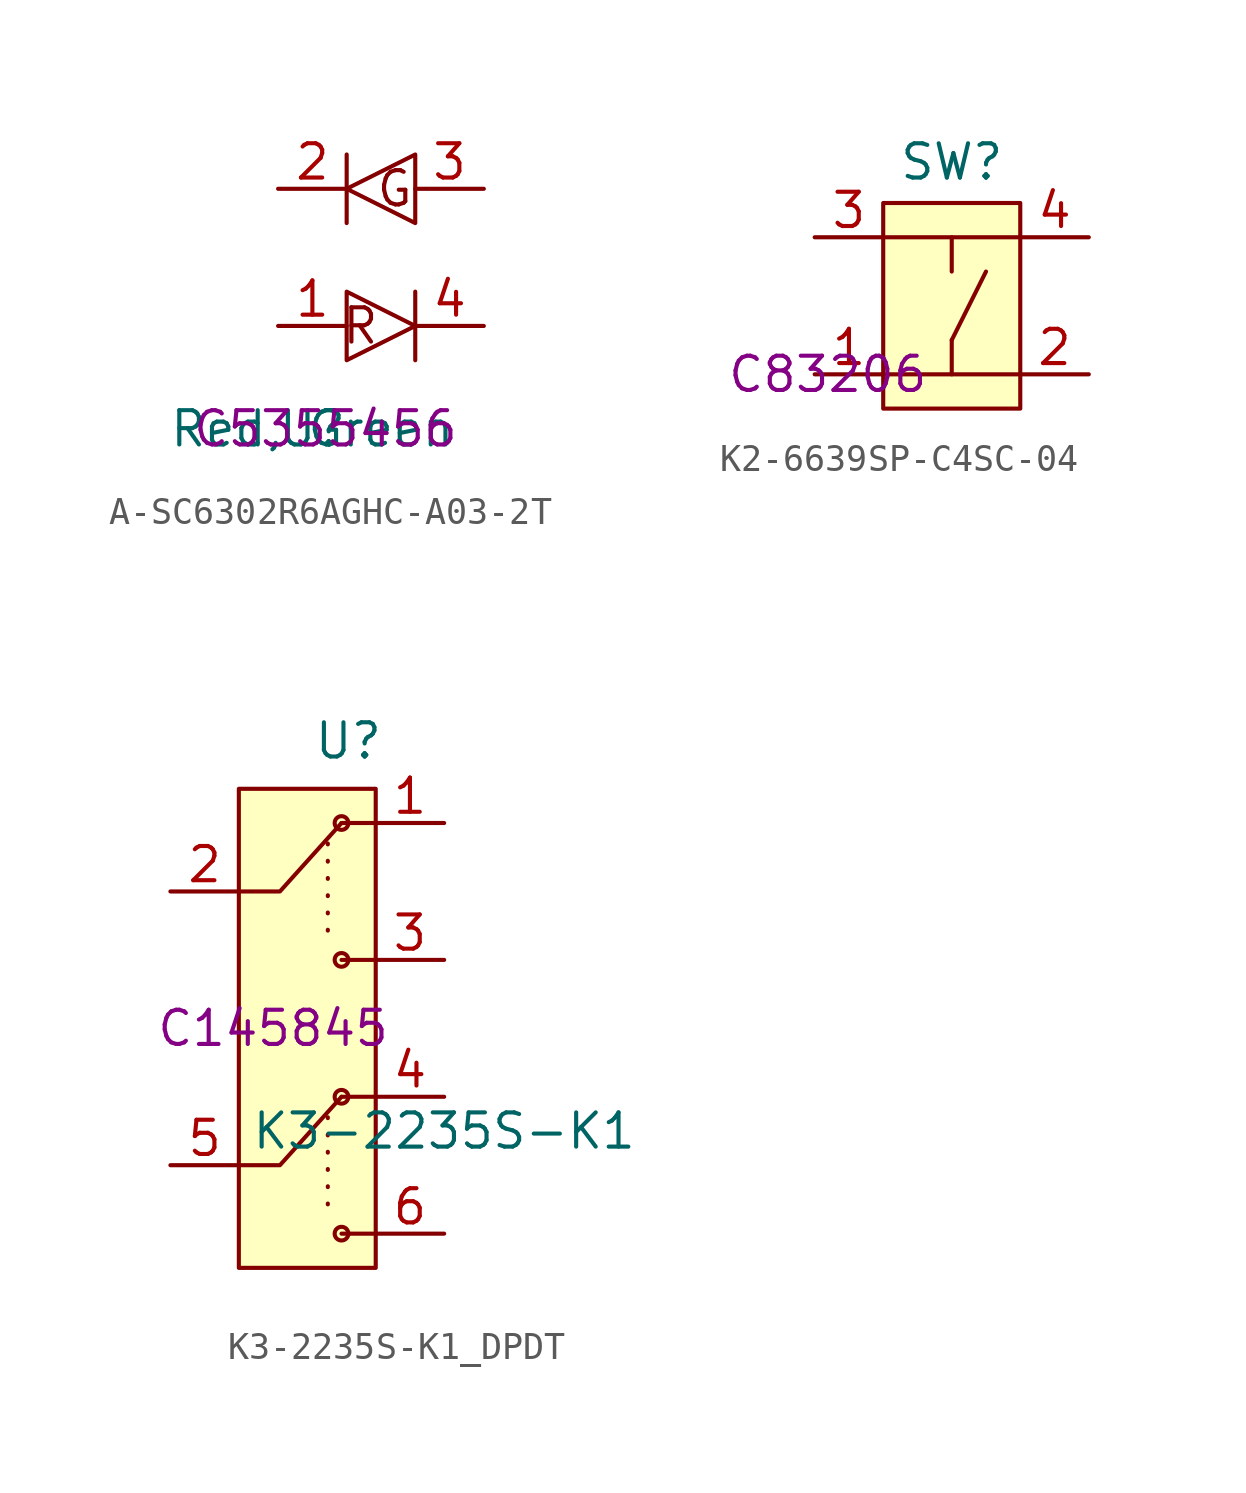
<source format=kicad_sym>
(kicad_symbol_lib
  (version 20231120)
  (generator "kicad_symbol_editor")
  (generator_version "8.0")
  (symbol "A-SC6302R6AGHC-A03-2T"
    (property "Reference" "U"
      (at 0 0 0)
      (effects (font (size 1.27 1.27))))
    (property "Value" "Red, Green"
      (at 0 0 0)
      (effects (font (size 1.27 1.27))))
    (property "LCSC" " C5355456"
      (at 0 0 0)
      (effects (font (size 1.27 1.27))))
    (symbol "A-SC6302R6AGHC-A03-2T_0_1"
      (polyline (pts (xy 1.27 10.16) (xy 1.27 7.62)) (stroke (width 0) (type default)) (fill (type none)))
      (polyline (pts (xy 3.81 5.08) (xy 3.81 2.54)) (stroke (width 0) (type default)) (fill (type none)))
      (polyline (pts (xy 1.27 5.08) (xy 1.27 2.54) (xy 3.81 3.81) (xy 1.27 5.08)) (stroke (width 0) (type default)) (fill (type none)))
      (polyline (pts (xy 3.81 7.62) (xy 3.81 10.16) (xy 1.27 8.89) (xy 3.81 7.62)) (stroke (width 0) (type default)) (fill (type none))))
    (symbol "A-SC6302R6AGHC-A03-2T_1_0"
      (pin power_in line (at -1.27 3.81 0) (length 2.54) (name "" (effects (font (size 1.27 1.27)))) (number "1" (effects (font (size 1.27 1.27)))))
      (pin passive line (at -1.27 8.89 0) (length 2.54) (name "" (effects (font (size 1.27 1.27)))) (number "2" (effects (font (size 1.27 1.27)))))
      (pin power_in line (at 6.35 8.89 180) (length 2.54) (name "" (effects (font (size 1.27 1.27)))) (number "3" (effects (font (size 1.27 1.27)))))
      (pin passive line (at 6.35 3.81 180) (length 2.54) (name "" (effects (font (size 1.27 1.27)))) (number "4" (effects (font (size 1.27 1.27))))))
    (symbol "A-SC6302R6AGHC-A03-2T_1_1"
      (text "G" (at 3.048 8.89 0) (effects (font (size 1.27 1.27))))
      (text "R" (at 1.778 3.81 0) (effects (font (size 1.27 1.27))))))
  (symbol "K2-6639SP-C4SC-04"
    (property "Reference" "SW"
      (at 5.08 7.874 0)
      (effects (font (size 1.27 1.27))))
    (property "Value" ""
      (at 0 0 0)
      (effects (font (size 1.27 1.27))))
    (property "LCSC" " C83206"
      (at 0 0 0)
      (effects (font (size 1.27 1.27))))
    (symbol "K2-6639SP-C4SC-04_0_0"
      (pin passive line (at 0 0 0) (length 2.54) (name "" (effects (font (size 1.27 1.27)))) (number "1" (effects (font (size 1.27 1.27)))))
      (pin passive line (at 10.16 0 180) (length 2.54) (name "" (effects (font (size 1.27 1.27)))) (number "2" (effects (font (size 1.27 1.27)))))
      (pin passive line (at 0 5.08 0) (length 2.54) (name "" (effects (font (size 1.27 1.27)))) (number "3" (effects (font (size 1.27 1.27)))))
      (pin passive line (at 10.16 5.08 180) (length 2.54) (name "" (effects (font (size 1.27 1.27)))) (number "4" (effects (font (size 1.27 1.27))))))
    (symbol "K2-6639SP-C4SC-04_0_1"
      (polyline (pts (xy 2.54 0) (xy 7.62 0)) (stroke (width 0) (type default)) (fill (type none)))
      (polyline (pts (xy 2.54 5.08) (xy 2.54 5.08)) (stroke (width 0) (type default)) (fill (type none)))
      (polyline (pts (xy 2.54 5.08) (xy 7.62 5.08)) (stroke (width 0) (type default)) (fill (type none)))
      (polyline (pts (xy 5.08 0) (xy 5.08 1.27)) (stroke (width 0) (type default)) (fill (type none)))
      (polyline (pts (xy 5.08 1.27) (xy 6.35 3.81)) (stroke (width 0) (type default)) (fill (type none)))
      (polyline (pts (xy 5.08 5.08) (xy 5.08 3.81)) (stroke (width 0) (type default)) (fill (type none))))
    (symbol "K2-6639SP-C4SC-04_1_1"
      (rectangle (start 2.54 6.35) (end 7.62 -1.27) (stroke (width 0) (type default)) (fill (type background)))))
  (symbol "K3-2235S-K1_DPDT"
    (property "Reference" "U"
      (at 2.794 10.668 0)
      (effects (font (size 1.27 1.27))))
    (property "Value" " K3-2235S-K1"
      (at 6.35 -3.81 0)
      (effects (font (size 1.27 1.27))))
    (property "LCSC" "C145845"
      (at 0 0 0)
      (effects (font (size 1.27 1.27))))
    (symbol "K3-2235S-K1_DPDT_0_0"
      (pin passive line (at 6.35 7.62 180) (length 2.54) (name "" (effects (font (size 1.27 1.27)))) (number "1" (effects (font (size 1.27 1.27)))))
      (pin passive line (at -3.81 5.08 0) (length 2.54) (name "" (effects (font (size 1.27 1.27)))) (number "2" (effects (font (size 1.27 1.27)))))
      (pin passive line (at 6.35 2.54 180) (length 2.54) (name "" (effects (font (size 1.27 1.27)))) (number "3" (effects (font (size 1.27 1.27)))))
      (pin passive line (at 6.35 -2.54 180) (length 2.54) (name "" (effects (font (size 1.27 1.27)))) (number "4" (effects (font (size 1.27 1.27)))))
      (pin passive line (at -3.81 -5.08 0) (length 2.54) (name "" (effects (font (size 1.27 1.27)))) (number "5" (effects (font (size 1.27 1.27)))))
      (pin passive line (at 6.35 -7.62 180) (length 2.54) (name "" (effects (font (size 1.27 1.27)))) (number "6" (effects (font (size 1.27 1.27))))))
    (symbol "K3-2235S-K1_DPDT_0_1"
      (polyline (pts (xy -1.27 -5.08) (xy 0.254 -5.08) (xy 2.54 -2.54)) (stroke (width 0) (type default)) (fill (type none)))
      (polyline (pts (xy -1.27 5.08) (xy 0.254 5.08) (xy 2.54 7.62)) (stroke (width 0) (type default)) (fill (type none)))
      (circle (center 2.54 -7.62) (radius 0.254) (stroke (width 0) (type default)) (fill (type none)))
      (circle (center 2.54 -2.54) (radius 0.254) (stroke (width 0) (type default)) (fill (type none)))
      (circle (center 2.54 2.54) (radius 0.254) (stroke (width 0) (type default)) (fill (type none)))
      (circle (center 2.54 7.62) (radius 0.254) (stroke (width 0) (type default)) (fill (type none))))
    (symbol "K3-2235S-K1_DPDT_1_1"
      (rectangle (start -1.27 8.89) (end 3.81 -8.89) (stroke (width 0) (type default)) (fill (type background)))
      (polyline (pts (xy 2.032 -3.302) (xy 2.032 -7.112)) (stroke (width 0) (type dot)) (fill (type none)))
      (polyline (pts (xy 2.032 6.858) (xy 2.032 3.048)) (stroke (width 0) (type dot)) (fill (type none)))
      (polyline (pts (xy 2.54 -7.62) (xy 3.81 -7.62)) (stroke (width 0) (type default)) (fill (type none)))
      (polyline (pts (xy 2.54 -2.54) (xy 3.81 -2.54)) (stroke (width 0) (type default)) (fill (type none)))
      (polyline (pts (xy 2.54 2.54) (xy 3.81 2.54)) (stroke (width 0) (type default)) (fill (type none)))
      (polyline (pts (xy 2.54 7.62) (xy 3.81 7.62)) (stroke (width 0) (type default)) (fill (type none))))))
</source>
